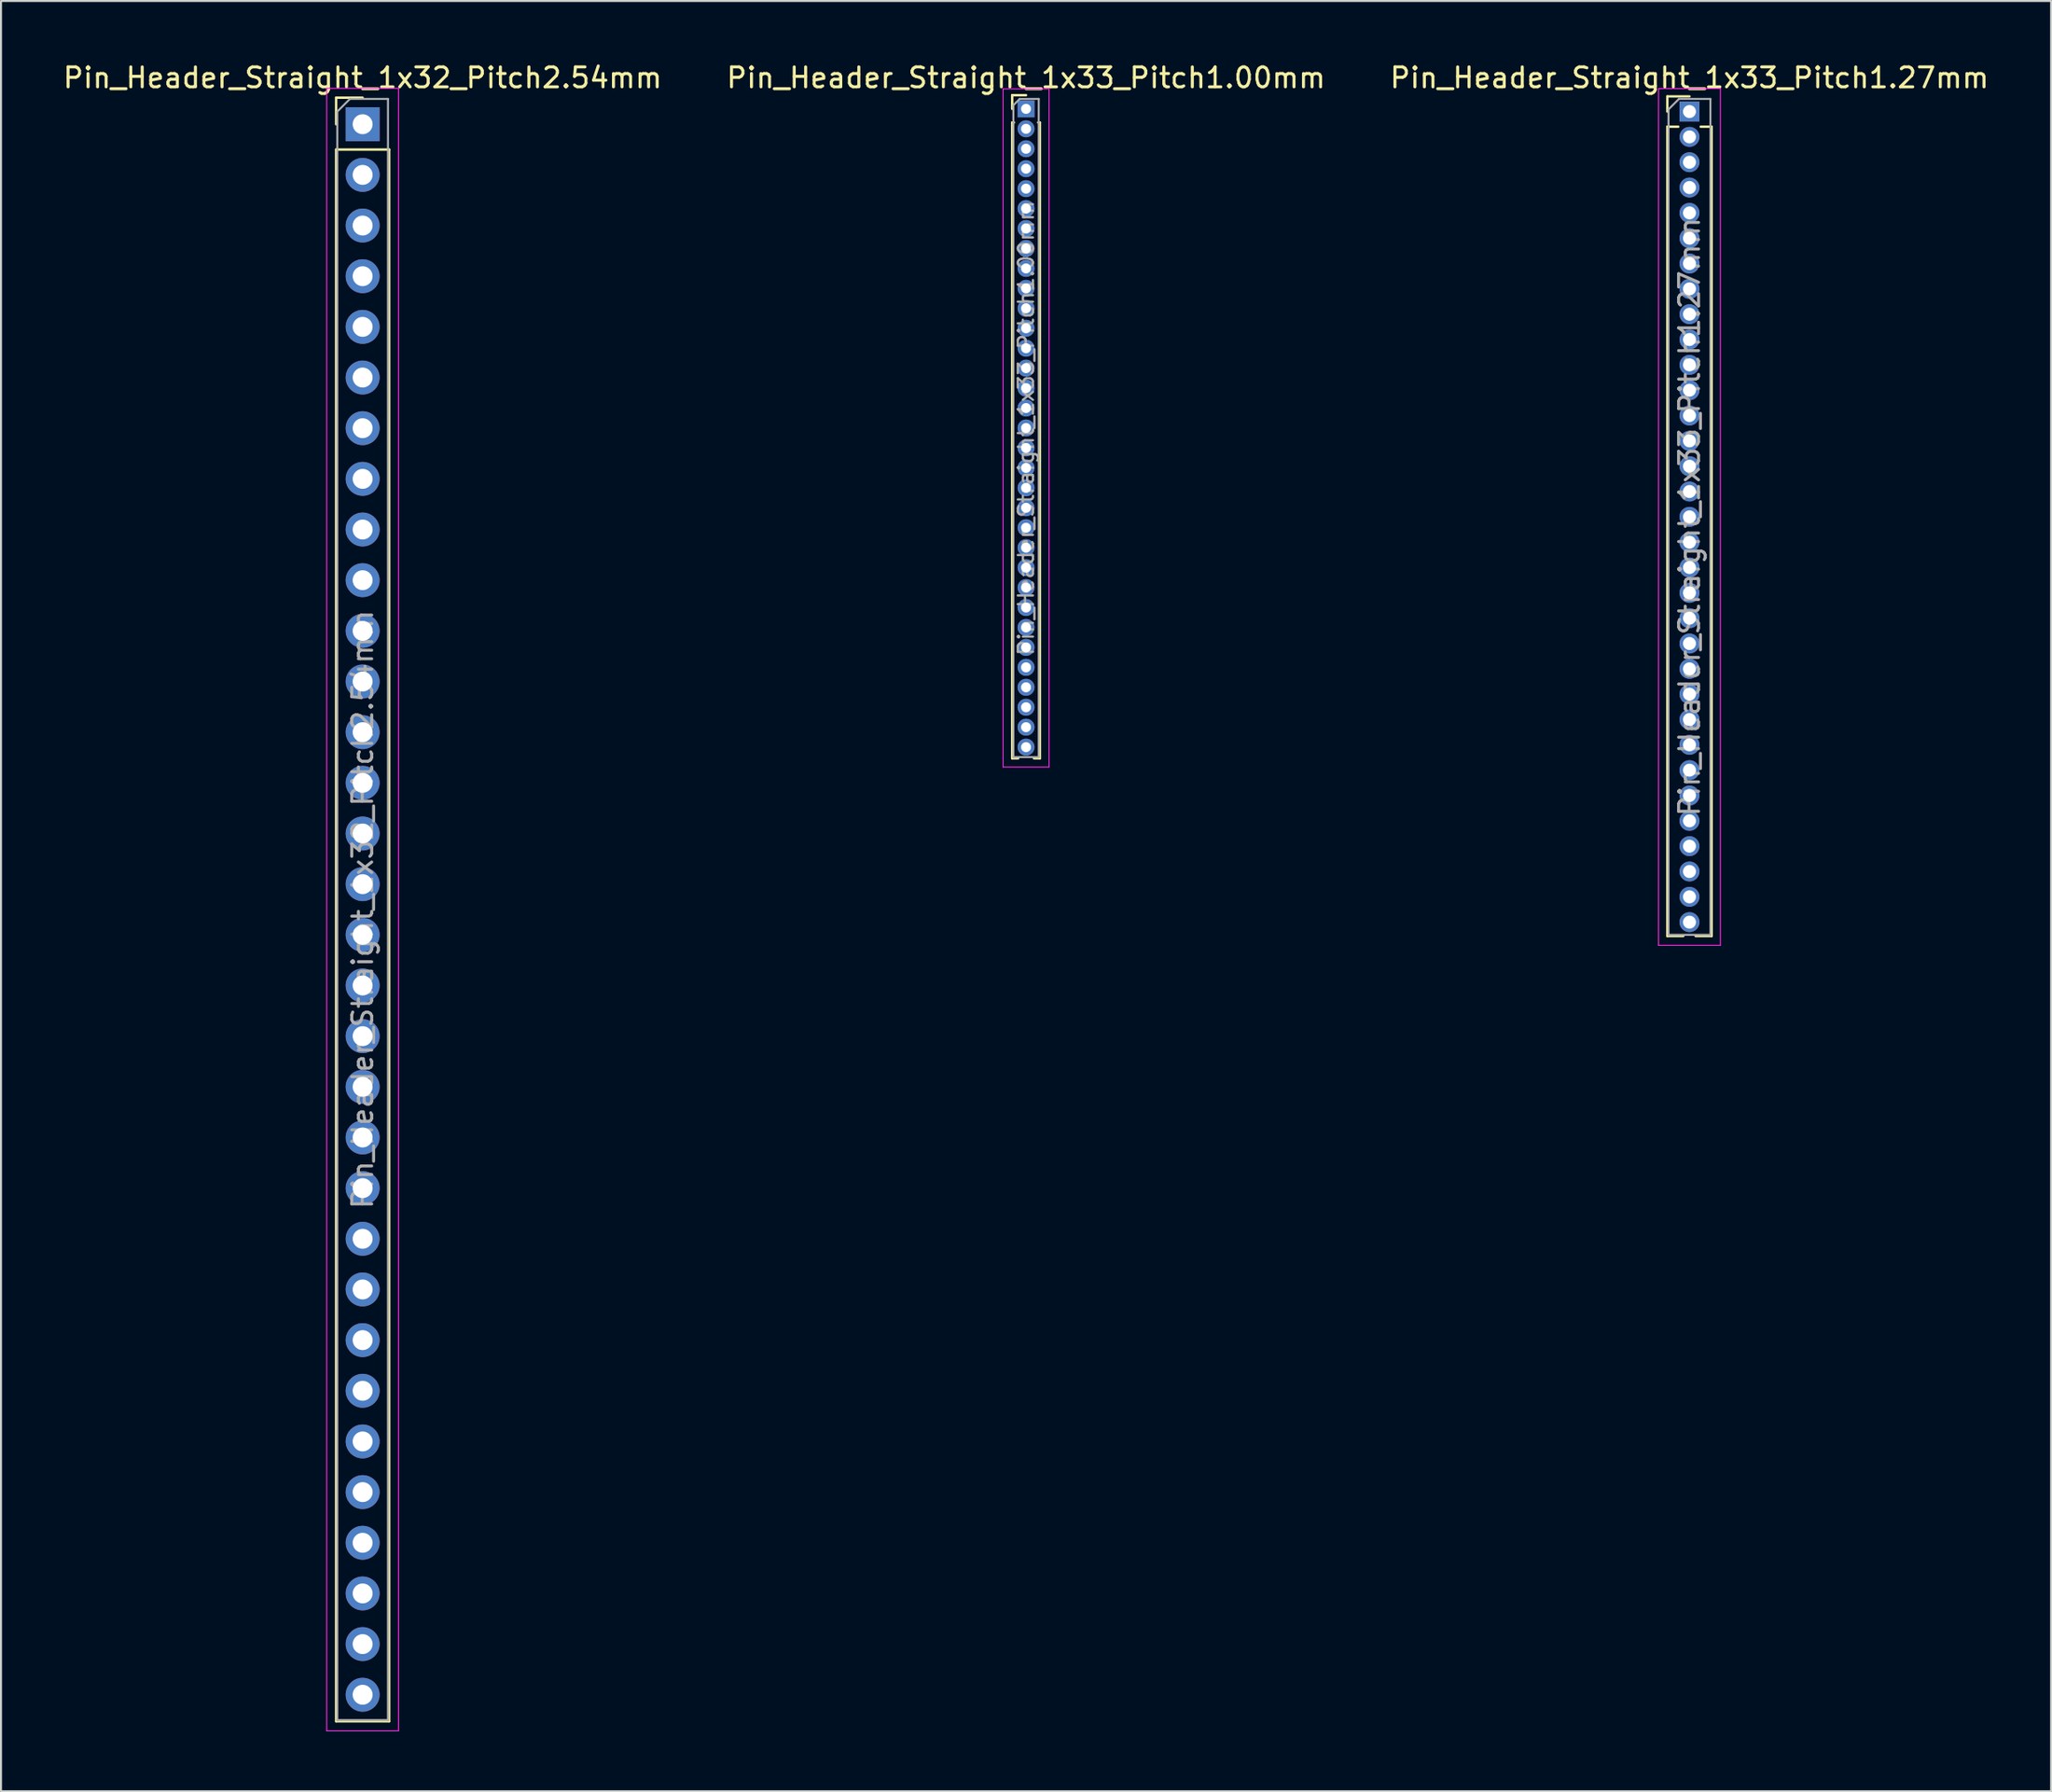
<source format=kicad_pcb>
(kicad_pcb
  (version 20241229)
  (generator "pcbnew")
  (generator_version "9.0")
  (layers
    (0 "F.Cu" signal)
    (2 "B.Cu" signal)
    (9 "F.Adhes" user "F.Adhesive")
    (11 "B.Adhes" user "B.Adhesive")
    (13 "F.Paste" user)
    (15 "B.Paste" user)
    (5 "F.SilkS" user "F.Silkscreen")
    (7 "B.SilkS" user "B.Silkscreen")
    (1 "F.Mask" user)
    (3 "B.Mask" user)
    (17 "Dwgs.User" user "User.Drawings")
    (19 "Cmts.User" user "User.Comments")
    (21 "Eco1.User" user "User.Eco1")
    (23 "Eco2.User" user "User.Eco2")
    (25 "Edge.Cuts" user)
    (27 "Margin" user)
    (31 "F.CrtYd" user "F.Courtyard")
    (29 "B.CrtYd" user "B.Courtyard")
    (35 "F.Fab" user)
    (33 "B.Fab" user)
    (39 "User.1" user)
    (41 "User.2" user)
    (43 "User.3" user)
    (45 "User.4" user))
  (footprint "Pin_Header_Straight_1x33_Pitch1.00mm"
    (layer "F.Cu")
    (at 48.375 2.408)
    (property "Reference" "Pin_Header_Straight_1x33_Pitch1.00mm" (at 0 -1.56 0) (layer "F.SilkS") (effects (font (size 1 1) (thickness 0.15))))
    (attr through_hole)
    (fp_line (start -0.695 -0.685) (end 0 -0.685) (stroke (width 0.12) (type solid)) (layer "F.SilkS"))
    (fp_line (start -0.695 0) (end -0.695 -0.685) (stroke (width 0.12) (type solid)) (layer "F.SilkS"))
    (fp_line (start -0.695 0.685) (end -0.695 32.56) (stroke (width 0.12) (type solid)) (layer "F.SilkS"))
    (fp_line (start -0.695 0.685) (end -0.608 0.685) (stroke (width 0.12) (type solid)) (layer "F.SilkS"))
    (fp_line (start -0.695 32.56) (end -0.394 32.56) (stroke (width 0.12) (type solid)) (layer "F.SilkS"))
    (fp_line (start 0.394 32.56) (end 0.695 32.56) (stroke (width 0.12) (type solid)) (layer "F.SilkS"))
    (fp_line (start 0.608 0.685) (end 0.695 0.685) (stroke (width 0.12) (type solid)) (layer "F.SilkS"))
    (fp_line (start 0.695 0.685) (end 0.695 32.56) (stroke (width 0.12) (type solid)) (layer "F.SilkS"))
    (fp_line (start -1.15 -1) (end -1.15 33) (stroke (width 0.05) (type solid)) (layer "F.CrtYd"))
    (fp_line (start -1.15 33) (end 1.15 33) (stroke (width 0.05) (type solid)) (layer "F.CrtYd"))
    (fp_line (start 1.15 -1) (end -1.15 -1) (stroke (width 0.05) (type solid)) (layer "F.CrtYd"))
    (fp_line (start 1.15 33) (end 1.15 -1) (stroke (width 0.05) (type solid)) (layer "F.CrtYd"))
    (fp_line (start -0.635 -0.182) (end -0.318 -0.5) (stroke (width 0.1) (type solid)) (layer "F.Fab"))
    (fp_line (start -0.635 32.5) (end -0.635 -0.182) (stroke (width 0.1) (type solid)) (layer "F.Fab"))
    (fp_line (start -0.318 -0.5) (end 0.635 -0.5) (stroke (width 0.1) (type solid)) (layer "F.Fab"))
    (fp_line (start 0.635 -0.5) (end 0.635 32.5) (stroke (width 0.1) (type solid)) (layer "F.Fab"))
    (fp_line (start 0.635 32.5) (end -0.635 32.5) (stroke (width 0.1) (type solid)) (layer "F.Fab"))
    (fp_text user "${REFERENCE}" (at 0 16 90) (layer "F.Fab") (effects (font (size 0.76 0.76) (thickness 0.114))))
    (pad "1" thru_hole rect (at 0 0) (size 0.85 0.85) (drill 0.5) (layers "*.Cu" "*.Mask"))
    (pad "2" thru_hole oval (at 0 1) (size 0.85 0.85) (drill 0.5) (layers "*.Cu" "*.Mask"))
    (pad "3" thru_hole oval (at 0 2) (size 0.85 0.85) (drill 0.5) (layers "*.Cu" "*.Mask"))
    (pad "4" thru_hole oval (at 0 3) (size 0.85 0.85) (drill 0.5) (layers "*.Cu" "*.Mask"))
    (pad "5" thru_hole oval (at 0 4) (size 0.85 0.85) (drill 0.5) (layers "*.Cu" "*.Mask"))
    (pad "6" thru_hole oval (at 0 5) (size 0.85 0.85) (drill 0.5) (layers "*.Cu" "*.Mask"))
    (pad "7" thru_hole oval (at 0 6) (size 0.85 0.85) (drill 0.5) (layers "*.Cu" "*.Mask"))
    (pad "8" thru_hole oval (at 0 7) (size 0.85 0.85) (drill 0.5) (layers "*.Cu" "*.Mask"))
    (pad "9" thru_hole oval (at 0 8) (size 0.85 0.85) (drill 0.5) (layers "*.Cu" "*.Mask"))
    (pad "10" thru_hole oval (at 0 9) (size 0.85 0.85) (drill 0.5) (layers "*.Cu" "*.Mask"))
    (pad "11" thru_hole oval (at 0 10) (size 0.85 0.85) (drill 0.5) (layers "*.Cu" "*.Mask"))
    (pad "12" thru_hole oval (at 0 11) (size 0.85 0.85) (drill 0.5) (layers "*.Cu" "*.Mask"))
    (pad "13" thru_hole oval (at 0 12) (size 0.85 0.85) (drill 0.5) (layers "*.Cu" "*.Mask"))
    (pad "14" thru_hole oval (at 0 13) (size 0.85 0.85) (drill 0.5) (layers "*.Cu" "*.Mask"))
    (pad "15" thru_hole oval (at 0 14) (size 0.85 0.85) (drill 0.5) (layers "*.Cu" "*.Mask"))
    (pad "16" thru_hole oval (at 0 15) (size 0.85 0.85) (drill 0.5) (layers "*.Cu" "*.Mask"))
    (pad "17" thru_hole oval (at 0 16) (size 0.85 0.85) (drill 0.5) (layers "*.Cu" "*.Mask"))
    (pad "18" thru_hole oval (at 0 17) (size 0.85 0.85) (drill 0.5) (layers "*.Cu" "*.Mask"))
    (pad "19" thru_hole oval (at 0 18) (size 0.85 0.85) (drill 0.5) (layers "*.Cu" "*.Mask"))
    (pad "20" thru_hole oval (at 0 19) (size 0.85 0.85) (drill 0.5) (layers "*.Cu" "*.Mask"))
    (pad "21" thru_hole oval (at 0 20) (size 0.85 0.85) (drill 0.5) (layers "*.Cu" "*.Mask"))
    (pad "22" thru_hole oval (at 0 21) (size 0.85 0.85) (drill 0.5) (layers "*.Cu" "*.Mask"))
    (pad "23" thru_hole oval (at 0 22) (size 0.85 0.85) (drill 0.5) (layers "*.Cu" "*.Mask"))
    (pad "24" thru_hole oval (at 0 23) (size 0.85 0.85) (drill 0.5) (layers "*.Cu" "*.Mask"))
    (pad "25" thru_hole oval (at 0 24) (size 0.85 0.85) (drill 0.5) (layers "*.Cu" "*.Mask"))
    (pad "26" thru_hole oval (at 0 25) (size 0.85 0.85) (drill 0.5) (layers "*.Cu" "*.Mask"))
    (pad "27" thru_hole oval (at 0 26) (size 0.85 0.85) (drill 0.5) (layers "*.Cu" "*.Mask"))
    (pad "28" thru_hole oval (at 0 27) (size 0.85 0.85) (drill 0.5) (layers "*.Cu" "*.Mask"))
    (pad "29" thru_hole oval (at 0 28) (size 0.85 0.85) (drill 0.5) (layers "*.Cu" "*.Mask"))
    (pad "30" thru_hole oval (at 0 29) (size 0.85 0.85) (drill 0.5) (layers "*.Cu" "*.Mask"))
    (pad "31" thru_hole oval (at 0 30) (size 0.85 0.85) (drill 0.5) (layers "*.Cu" "*.Mask"))
    (pad "32" thru_hole oval (at 0 31) (size 0.85 0.85) (drill 0.5) (layers "*.Cu" "*.Mask"))
    (pad "33" thru_hole oval (at 0 32) (size 0.85 0.85) (drill 0.5) (layers "*.Cu" "*.Mask")))
  (footprint "Pin_Header_Straight_1x32_Pitch2.54mm"
    (layer "F.Cu")
    (at 15.125 3.178)
    (property "Reference" "Pin_Header_Straight_1x32_Pitch2.54mm" (at 0 -2.33 0) (layer "F.SilkS") (effects (font (size 1 1) (thickness 0.15))))
    (attr through_hole)
    (fp_line (start -1.33 -1.33) (end 0 -1.33) (stroke (width 0.12) (type solid)) (layer "F.SilkS"))
    (fp_line (start -1.33 0) (end -1.33 -1.33) (stroke (width 0.12) (type solid)) (layer "F.SilkS"))
    (fp_line (start -1.33 1.27) (end -1.33 80.07) (stroke (width 0.12) (type solid)) (layer "F.SilkS"))
    (fp_line (start -1.33 1.27) (end 1.33 1.27) (stroke (width 0.12) (type solid)) (layer "F.SilkS"))
    (fp_line (start -1.33 80.07) (end 1.33 80.07) (stroke (width 0.12) (type solid)) (layer "F.SilkS"))
    (fp_line (start 1.33 1.27) (end 1.33 80.07) (stroke (width 0.12) (type solid)) (layer "F.SilkS"))
    (fp_line (start -1.8 -1.8) (end -1.8 80.55) (stroke (width 0.05) (type solid)) (layer "F.CrtYd"))
    (fp_line (start -1.8 80.55) (end 1.8 80.55) (stroke (width 0.05) (type solid)) (layer "F.CrtYd"))
    (fp_line (start 1.8 -1.8) (end -1.8 -1.8) (stroke (width 0.05) (type solid)) (layer "F.CrtYd"))
    (fp_line (start 1.8 80.55) (end 1.8 -1.8) (stroke (width 0.05) (type solid)) (layer "F.CrtYd"))
    (fp_line (start -1.27 -0.635) (end -0.635 -1.27) (stroke (width 0.1) (type solid)) (layer "F.Fab"))
    (fp_line (start -1.27 80.01) (end -1.27 -0.635) (stroke (width 0.1) (type solid)) (layer "F.Fab"))
    (fp_line (start -0.635 -1.27) (end 1.27 -1.27) (stroke (width 0.1) (type solid)) (layer "F.Fab"))
    (fp_line (start 1.27 -1.27) (end 1.27 80.01) (stroke (width 0.1) (type solid)) (layer "F.Fab"))
    (fp_line (start 1.27 80.01) (end -1.27 80.01) (stroke (width 0.1) (type solid)) (layer "F.Fab"))
    (fp_text user "${REFERENCE}" (at 0 39.37 90) (layer "F.Fab") (effects (font (size 1 1) (thickness 0.15))))
    (pad "1" thru_hole rect (at 0 0) (size 1.7 1.7) (drill 1) (layers "*.Cu" "*.Mask"))
    (pad "2" thru_hole oval (at 0 2.54) (size 1.7 1.7) (drill 1) (layers "*.Cu" "*.Mask"))
    (pad "3" thru_hole oval (at 0 5.08) (size 1.7 1.7) (drill 1) (layers "*.Cu" "*.Mask"))
    (pad "4" thru_hole oval (at 0 7.62) (size 1.7 1.7) (drill 1) (layers "*.Cu" "*.Mask"))
    (pad "5" thru_hole oval (at 0 10.16) (size 1.7 1.7) (drill 1) (layers "*.Cu" "*.Mask"))
    (pad "6" thru_hole oval (at 0 12.7) (size 1.7 1.7) (drill 1) (layers "*.Cu" "*.Mask"))
    (pad "7" thru_hole oval (at 0 15.24) (size 1.7 1.7) (drill 1) (layers "*.Cu" "*.Mask"))
    (pad "8" thru_hole oval (at 0 17.78) (size 1.7 1.7) (drill 1) (layers "*.Cu" "*.Mask"))
    (pad "9" thru_hole oval (at 0 20.32) (size 1.7 1.7) (drill 1) (layers "*.Cu" "*.Mask"))
    (pad "10" thru_hole oval (at 0 22.86) (size 1.7 1.7) (drill 1) (layers "*.Cu" "*.Mask"))
    (pad "11" thru_hole oval (at 0 25.4) (size 1.7 1.7) (drill 1) (layers "*.Cu" "*.Mask"))
    (pad "12" thru_hole oval (at 0 27.94) (size 1.7 1.7) (drill 1) (layers "*.Cu" "*.Mask"))
    (pad "13" thru_hole oval (at 0 30.48) (size 1.7 1.7) (drill 1) (layers "*.Cu" "*.Mask"))
    (pad "14" thru_hole oval (at 0 33.02) (size 1.7 1.7) (drill 1) (layers "*.Cu" "*.Mask"))
    (pad "15" thru_hole oval (at 0 35.56) (size 1.7 1.7) (drill 1) (layers "*.Cu" "*.Mask"))
    (pad "16" thru_hole oval (at 0 38.1) (size 1.7 1.7) (drill 1) (layers "*.Cu" "*.Mask"))
    (pad "17" thru_hole oval (at 0 40.64) (size 1.7 1.7) (drill 1) (layers "*.Cu" "*.Mask"))
    (pad "18" thru_hole oval (at 0 43.18) (size 1.7 1.7) (drill 1) (layers "*.Cu" "*.Mask"))
    (pad "19" thru_hole oval (at 0 45.72) (size 1.7 1.7) (drill 1) (layers "*.Cu" "*.Mask"))
    (pad "20" thru_hole oval (at 0 48.26) (size 1.7 1.7) (drill 1) (layers "*.Cu" "*.Mask"))
    (pad "21" thru_hole oval (at 0 50.8) (size 1.7 1.7) (drill 1) (layers "*.Cu" "*.Mask"))
    (pad "22" thru_hole oval (at 0 53.34) (size 1.7 1.7) (drill 1) (layers "*.Cu" "*.Mask"))
    (pad "23" thru_hole oval (at 0 55.88) (size 1.7 1.7) (drill 1) (layers "*.Cu" "*.Mask"))
    (pad "24" thru_hole oval (at 0 58.42) (size 1.7 1.7) (drill 1) (layers "*.Cu" "*.Mask"))
    (pad "25" thru_hole oval (at 0 60.96) (size 1.7 1.7) (drill 1) (layers "*.Cu" "*.Mask"))
    (pad "26" thru_hole oval (at 0 63.5) (size 1.7 1.7) (drill 1) (layers "*.Cu" "*.Mask"))
    (pad "27" thru_hole oval (at 0 66.04) (size 1.7 1.7) (drill 1) (layers "*.Cu" "*.Mask"))
    (pad "28" thru_hole oval (at 0 68.58) (size 1.7 1.7) (drill 1) (layers "*.Cu" "*.Mask"))
    (pad "29" thru_hole oval (at 0 71.12) (size 1.7 1.7) (drill 1) (layers "*.Cu" "*.Mask"))
    (pad "30" thru_hole oval (at 0 73.66) (size 1.7 1.7) (drill 1) (layers "*.Cu" "*.Mask"))
    (pad "31" thru_hole oval (at 0 76.2) (size 1.7 1.7) (drill 1) (layers "*.Cu" "*.Mask"))
    (pad "32" thru_hole oval (at 0 78.74) (size 1.7 1.7) (drill 1) (layers "*.Cu" "*.Mask")))
  (footprint "Pin_Header_Straight_1x33_Pitch1.27mm"
    (layer "F.Cu")
    (at 81.625 2.543)
    (property "Reference" "Pin_Header_Straight_1x33_Pitch1.27mm" (at 0 -1.695 0) (layer "F.SilkS") (effects (font (size 1 1) (thickness 0.15))))
    (attr through_hole)
    (fp_line (start -1.11 -0.76) (end 0 -0.76) (stroke (width 0.12) (type solid)) (layer "F.SilkS"))
    (fp_line (start -1.11 0) (end -1.11 -0.76) (stroke (width 0.12) (type solid)) (layer "F.SilkS"))
    (fp_line (start -1.11 0.76) (end -1.11 41.335) (stroke (width 0.12) (type solid)) (layer "F.SilkS"))
    (fp_line (start -1.11 0.76) (end -0.563 0.76) (stroke (width 0.12) (type solid)) (layer "F.SilkS"))
    (fp_line (start -1.11 41.335) (end -0.308 41.335) (stroke (width 0.12) (type solid)) (layer "F.SilkS"))
    (fp_line (start 0.308 41.335) (end 1.11 41.335) (stroke (width 0.12) (type solid)) (layer "F.SilkS"))
    (fp_line (start 0.563 0.76) (end 1.11 0.76) (stroke (width 0.12) (type solid)) (layer "F.SilkS"))
    (fp_line (start 1.11 0.76) (end 1.11 41.335) (stroke (width 0.12) (type solid)) (layer "F.SilkS"))
    (fp_line (start -1.55 -1.15) (end -1.55 41.8) (stroke (width 0.05) (type solid)) (layer "F.CrtYd"))
    (fp_line (start -1.55 41.8) (end 1.55 41.8) (stroke (width 0.05) (type solid)) (layer "F.CrtYd"))
    (fp_line (start 1.55 -1.15) (end -1.55 -1.15) (stroke (width 0.05) (type solid)) (layer "F.CrtYd"))
    (fp_line (start 1.55 41.8) (end 1.55 -1.15) (stroke (width 0.05) (type solid)) (layer "F.CrtYd"))
    (fp_line (start -1.05 -0.11) (end -0.525 -0.635) (stroke (width 0.1) (type solid)) (layer "F.Fab"))
    (fp_line (start -1.05 41.275) (end -1.05 -0.11) (stroke (width 0.1) (type solid)) (layer "F.Fab"))
    (fp_line (start -0.525 -0.635) (end 1.05 -0.635) (stroke (width 0.1) (type solid)) (layer "F.Fab"))
    (fp_line (start 1.05 -0.635) (end 1.05 41.275) (stroke (width 0.1) (type solid)) (layer "F.Fab"))
    (fp_line (start 1.05 41.275) (end -1.05 41.275) (stroke (width 0.1) (type solid)) (layer "F.Fab"))
    (fp_text user "${REFERENCE}" (at 0 20.32 90) (layer "F.Fab") (effects (font (size 1 1) (thickness 0.15))))
    (pad "1" thru_hole rect (at 0 0) (size 1 1) (drill 0.65) (layers "*.Cu" "*.Mask"))
    (pad "2" thru_hole oval (at 0 1.27) (size 1 1) (drill 0.65) (layers "*.Cu" "*.Mask"))
    (pad "3" thru_hole oval (at 0 2.54) (size 1 1) (drill 0.65) (layers "*.Cu" "*.Mask"))
    (pad "4" thru_hole oval (at 0 3.81) (size 1 1) (drill 0.65) (layers "*.Cu" "*.Mask"))
    (pad "5" thru_hole oval (at 0 5.08) (size 1 1) (drill 0.65) (layers "*.Cu" "*.Mask"))
    (pad "6" thru_hole oval (at 0 6.35) (size 1 1) (drill 0.65) (layers "*.Cu" "*.Mask"))
    (pad "7" thru_hole oval (at 0 7.62) (size 1 1) (drill 0.65) (layers "*.Cu" "*.Mask"))
    (pad "8" thru_hole oval (at 0 8.89) (size 1 1) (drill 0.65) (layers "*.Cu" "*.Mask"))
    (pad "9" thru_hole oval (at 0 10.16) (size 1 1) (drill 0.65) (layers "*.Cu" "*.Mask"))
    (pad "10" thru_hole oval (at 0 11.43) (size 1 1) (drill 0.65) (layers "*.Cu" "*.Mask"))
    (pad "11" thru_hole oval (at 0 12.7) (size 1 1) (drill 0.65) (layers "*.Cu" "*.Mask"))
    (pad "12" thru_hole oval (at 0 13.97) (size 1 1) (drill 0.65) (layers "*.Cu" "*.Mask"))
    (pad "13" thru_hole oval (at 0 15.24) (size 1 1) (drill 0.65) (layers "*.Cu" "*.Mask"))
    (pad "14" thru_hole oval (at 0 16.51) (size 1 1) (drill 0.65) (layers "*.Cu" "*.Mask"))
    (pad "15" thru_hole oval (at 0 17.78) (size 1 1) (drill 0.65) (layers "*.Cu" "*.Mask"))
    (pad "16" thru_hole oval (at 0 19.05) (size 1 1) (drill 0.65) (layers "*.Cu" "*.Mask"))
    (pad "17" thru_hole oval (at 0 20.32) (size 1 1) (drill 0.65) (layers "*.Cu" "*.Mask"))
    (pad "18" thru_hole oval (at 0 21.59) (size 1 1) (drill 0.65) (layers "*.Cu" "*.Mask"))
    (pad "19" thru_hole oval (at 0 22.86) (size 1 1) (drill 0.65) (layers "*.Cu" "*.Mask"))
    (pad "20" thru_hole oval (at 0 24.13) (size 1 1) (drill 0.65) (layers "*.Cu" "*.Mask"))
    (pad "21" thru_hole oval (at 0 25.4) (size 1 1) (drill 0.65) (layers "*.Cu" "*.Mask"))
    (pad "22" thru_hole oval (at 0 26.67) (size 1 1) (drill 0.65) (layers "*.Cu" "*.Mask"))
    (pad "23" thru_hole oval (at 0 27.94) (size 1 1) (drill 0.65) (layers "*.Cu" "*.Mask"))
    (pad "24" thru_hole oval (at 0 29.21) (size 1 1) (drill 0.65) (layers "*.Cu" "*.Mask"))
    (pad "25" thru_hole oval (at 0 30.48) (size 1 1) (drill 0.65) (layers "*.Cu" "*.Mask"))
    (pad "26" thru_hole oval (at 0 31.75) (size 1 1) (drill 0.65) (layers "*.Cu" "*.Mask"))
    (pad "27" thru_hole oval (at 0 33.02) (size 1 1) (drill 0.65) (layers "*.Cu" "*.Mask"))
    (pad "28" thru_hole oval (at 0 34.29) (size 1 1) (drill 0.65) (layers "*.Cu" "*.Mask"))
    (pad "29" thru_hole oval (at 0 35.56) (size 1 1) (drill 0.65) (layers "*.Cu" "*.Mask"))
    (pad "30" thru_hole oval (at 0 36.83) (size 1 1) (drill 0.65) (layers "*.Cu" "*.Mask"))
    (pad "31" thru_hole oval (at 0 38.1) (size 1 1) (drill 0.65) (layers "*.Cu" "*.Mask"))
    (pad "32" thru_hole oval (at 0 39.37) (size 1 1) (drill 0.65) (layers "*.Cu" "*.Mask"))
    (pad "33" thru_hole oval (at 0 40.64) (size 1 1) (drill 0.65) (layers "*.Cu" "*.Mask")))
  (gr_rect
    (start -3 -3)
    (end 99.75 86.753)
    (stroke (width 0.1) (type default))
    (fill no)
    (layer "Edge.Cuts")))
</source>
